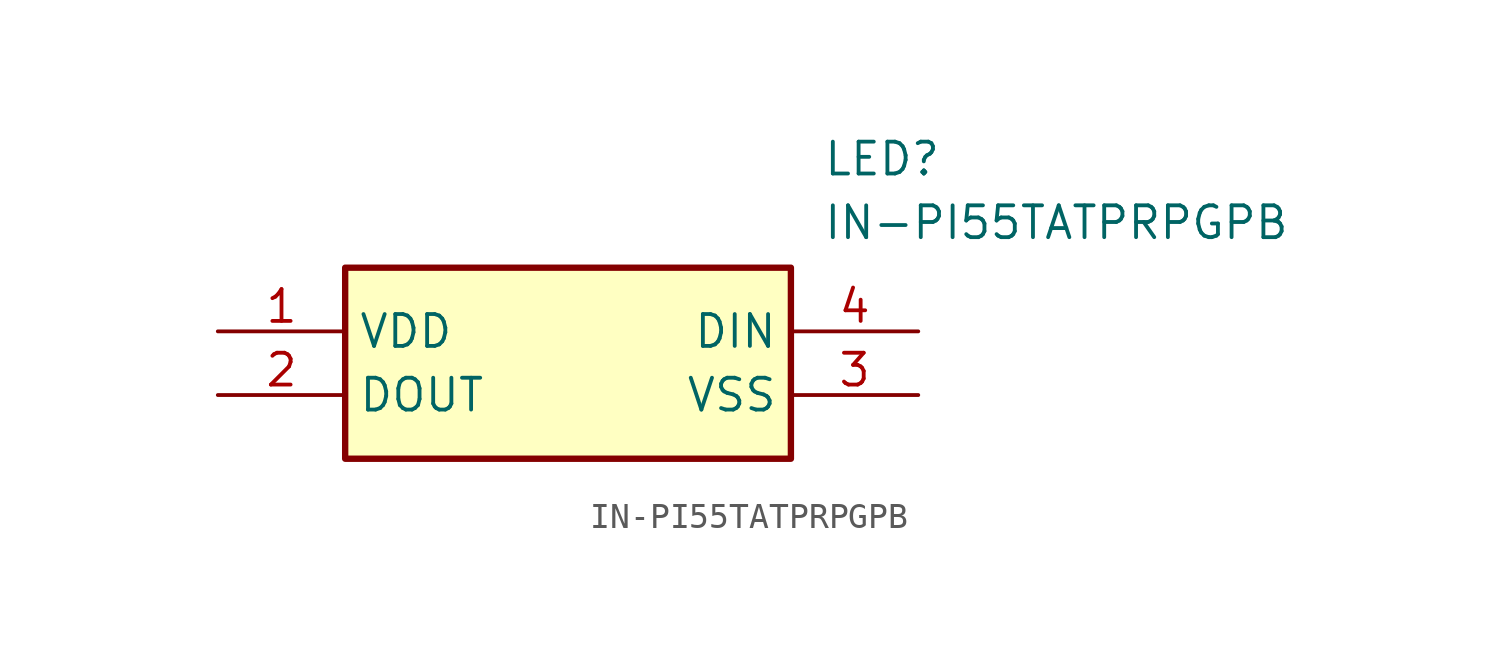
<source format=kicad_sym>
(kicad_symbol_lib
  (version 20211014)
  (generator SamacSys_ECAD_Model)
  (symbol "IN-PI55TATPRPGPB"
    (property "Reference" "LED"
      (at 24.13 7.62 0)
      (effects (font (size 1.27 1.27)) (justify left top)))
    (property "Value" "IN-PI55TATPRPGPB"
      (at 24.13 5.08 0)
      (effects (font (size 1.27 1.27)) (justify left top)))
    (rectangle
      (start 5.08 2.54)
      (end 22.86 -5.08)
      (stroke (width 0.254) (type default))
      (fill (type background)))
    (pin passive line
      (at 0 0 0)
      (length 5.08)
      (name "VDD" (effects (font (size 1.27 1.27))))
      (number "1" (effects (font (size 1.27 1.27)))))
    (pin passive line
      (at 0 -2.54 0)
      (length 5.08)
      (name "DOUT" (effects (font (size 1.27 1.27))))
      (number "2" (effects (font (size 1.27 1.27)))))
    (pin passive line
      (at 27.94 -2.54 180)
      (length 5.08)
      (name "VSS" (effects (font (size 1.27 1.27))))
      (number "3" (effects (font (size 1.27 1.27)))))
    (pin passive line
      (at 27.94 0 180)
      (length 5.08)
      (name "DIN" (effects (font (size 1.27 1.27))))
      (number "4" (effects (font (size 1.27 1.27)))))))
</source>
